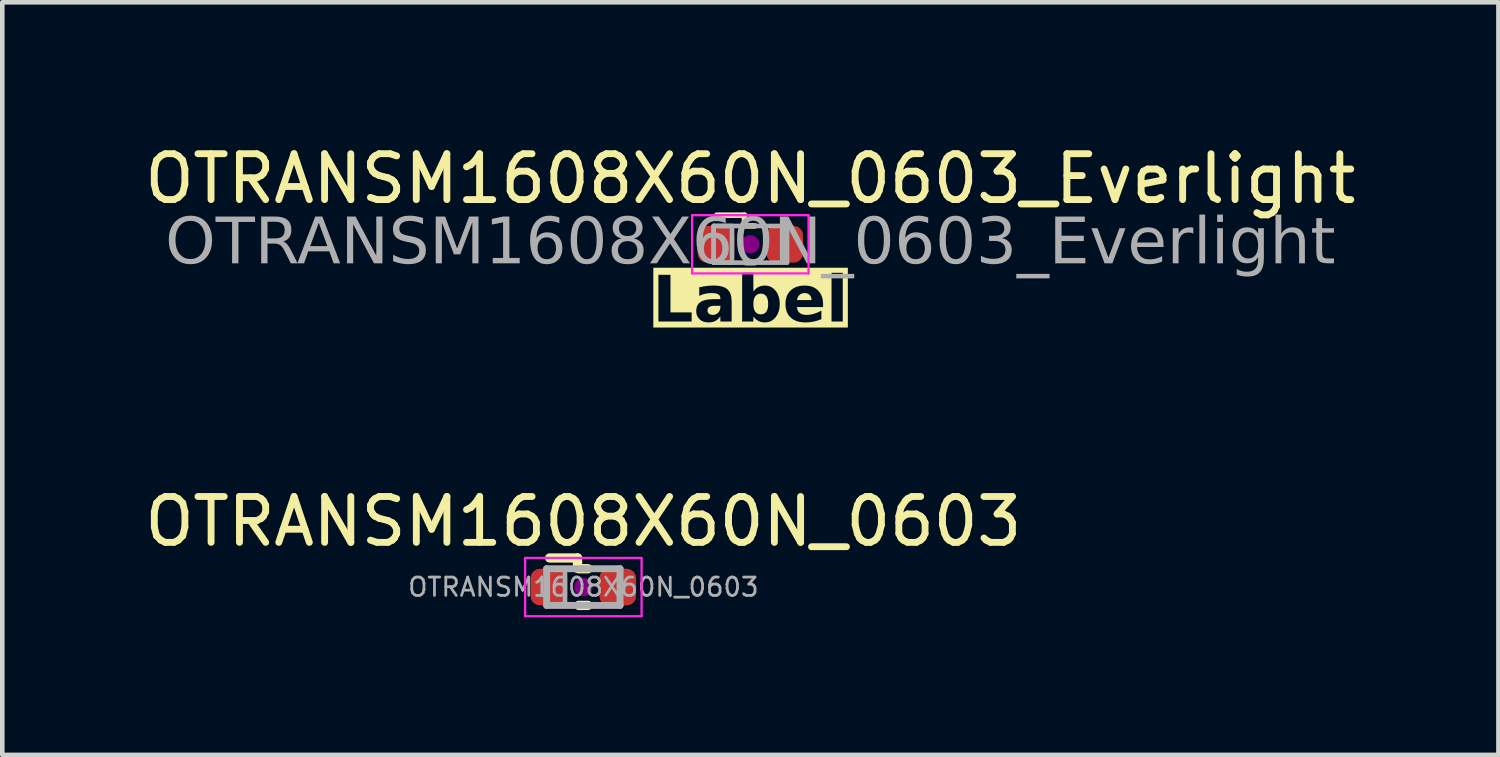
<source format=kicad_pcb>
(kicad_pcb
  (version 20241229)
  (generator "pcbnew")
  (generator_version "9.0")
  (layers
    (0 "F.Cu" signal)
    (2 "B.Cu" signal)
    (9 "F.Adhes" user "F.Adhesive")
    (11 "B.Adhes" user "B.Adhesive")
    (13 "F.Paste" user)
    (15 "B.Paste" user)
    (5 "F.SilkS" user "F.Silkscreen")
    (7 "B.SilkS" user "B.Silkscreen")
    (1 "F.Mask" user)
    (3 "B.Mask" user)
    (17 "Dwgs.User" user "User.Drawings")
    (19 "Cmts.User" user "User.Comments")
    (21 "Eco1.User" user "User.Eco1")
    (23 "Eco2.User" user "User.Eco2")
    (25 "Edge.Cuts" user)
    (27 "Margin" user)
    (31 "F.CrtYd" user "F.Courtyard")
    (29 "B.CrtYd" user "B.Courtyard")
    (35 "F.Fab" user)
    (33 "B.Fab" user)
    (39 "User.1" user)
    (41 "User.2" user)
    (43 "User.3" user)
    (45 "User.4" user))
  (footprint "OTRANSM1608X60N_0603_Everlight"
    (layer "F.Cu")
    (at 13.315 2.278)
    (property "Reference" "OTRANSM1608X60N_0603_Everlight" (at 0 -1.43 0) (layer "F.SilkS") (effects (font (size 1 1) (thickness 0.15))))
    (property "Label" "Label" (at 0 1.27 0) (layer "F.SilkS" knockout) (effects (font (face "Tahoma") (size 1 1) (thickness 0.2) (bold yes))))
    (attr smd)
    (fp_line (start -0.735 -0.635) (end -0.127 -0.635) (stroke (width 0.12) (type solid)) (layer "F.SilkS"))
    (fp_line (start -0.127 -0.408) (end -0.127 -0.635) (stroke (width 0.12) (type solid)) (layer "F.SilkS"))
    (fp_line (start -0.1 -0.4) (end 0.1 -0.4) (stroke (width 0.12) (type solid)) (layer "F.SilkS"))
    (fp_line (start -0.1 0.4) (end 0.1 0.4) (stroke (width 0.12) (type solid)) (layer "F.SilkS"))
    (fp_circle (center 0 0) (end 0.2 0) (stroke (width 0) (type solid)) (fill yes) (layer "F.Adhes"))
    (fp_line (start -1.27 -0.635) (end 1.27 -0.635) (stroke (width 0.05) (type solid)) (layer "F.CrtYd"))
    (fp_line (start -1.27 0.635) (end -1.27 -0.635) (stroke (width 0.05) (type solid)) (layer "F.CrtYd"))
    (fp_line (start 1.27 -0.635) (end 1.27 0.635) (stroke (width 0.05) (type solid)) (layer "F.CrtYd"))
    (fp_line (start 1.27 0.635) (end -1.27 0.635) (stroke (width 0.05) (type solid)) (layer "F.CrtYd"))
    (fp_line (start -0.8 -0.4) (end 0.8 -0.4) (stroke (width 0.1) (type solid)) (layer "F.Fab"))
    (fp_line (start -0.8 0.4) (end -0.8 -0.4) (stroke (width 0.1) (type solid)) (layer "F.Fab"))
    (fp_line (start 0.8 -0.4) (end 0.8 0.4) (stroke (width 0.1) (type solid)) (layer "F.Fab"))
    (fp_line (start 0.8 0.4) (end -0.8 0.4) (stroke (width 0.1) (type solid)) (layer "F.Fab"))
    (fp_rect (start -0.8 -0.4) (end -0.4 0.4) (stroke (width 0.1) (type solid)) (fill no) (layer "F.Fab"))
    (fp_text user "${REFERENCE}" (at 0 0 0) (layer "F.Fab") (effects (font (face "Tahoma") (size 1 1) (thickness 0.15))))
    (pad "A" smd roundrect (at 0.75 0) (size 0.8 0.8) (layers "F.Cu" "F.Mask" "F.Paste") (roundrect_rratio 0.25))
    (pad "C" smd roundrect (at -0.75 0) (size 0.8 0.8) (layers "F.Cu" "F.Mask" "F.Paste") (roundrect_rratio 0.25)))
  (footprint "OTRANSM1608X60N_0603"
    (layer "F.Cu")
    (at 9.673 9.754)
    (property "Reference" "OTRANSM1608X60N_0603" (at 0 -1.43 0) (layer "F.SilkS") (effects (font (size 1 1) (thickness 0.15))))
    (attr smd)
    (fp_line (start -0.735 -0.635) (end -0.127 -0.635) (stroke (width 0.203) (type solid)) (layer "F.SilkS"))
    (fp_line (start -0.127 -0.408) (end -0.127 -0.635) (stroke (width 0.203) (type solid)) (layer "F.SilkS"))
    (fp_line (start -0.1 -0.4) (end 0.1 -0.4) (stroke (width 0.203) (type solid)) (layer "F.SilkS"))
    (fp_line (start -0.1 0.4) (end 0.1 0.4) (stroke (width 0.203) (type solid)) (layer "F.SilkS"))
    (fp_circle (center 0 0) (end 0.2 0) (stroke (width 0) (type solid)) (fill yes) (layer "F.Adhes"))
    (fp_line (start -1.27 -0.635) (end 1.27 -0.635) (stroke (width 0.05) (type solid)) (layer "F.CrtYd"))
    (fp_line (start -1.27 0.635) (end -1.27 -0.635) (stroke (width 0.05) (type solid)) (layer "F.CrtYd"))
    (fp_line (start 1.27 -0.635) (end 1.27 0.635) (stroke (width 0.05) (type solid)) (layer "F.CrtYd"))
    (fp_line (start 1.27 0.635) (end -1.27 0.635) (stroke (width 0.05) (type solid)) (layer "F.CrtYd"))
    (fp_line (start -0.8 -0.4) (end 0.8 -0.4) (stroke (width 0.152) (type solid)) (layer "F.Fab"))
    (fp_line (start -0.8 0.4) (end -0.8 -0.4) (stroke (width 0.152) (type solid)) (layer "F.Fab"))
    (fp_line (start 0.8 -0.4) (end 0.8 0.4) (stroke (width 0.152) (type solid)) (layer "F.Fab"))
    (fp_line (start 0.8 0.4) (end -0.8 0.4) (stroke (width 0.152) (type solid)) (layer "F.Fab"))
    (fp_rect (start -0.8 -0.4) (end -0.4 0.4) (stroke (width 0.1) (type solid)) (fill no) (layer "F.Fab"))
    (fp_text user "${REFERENCE}" (at 0 0 0) (layer "F.Fab") (effects (font (size 0.4 0.4) (thickness 0.06))))
    (pad "A" smd roundrect (at 0.75 0) (size 0.8 0.8) (layers "F.Cu" "F.Mask" "F.Paste") (roundrect_rratio 0.25))
    (pad "C" smd roundrect (at -0.75 0) (size 0.8 0.8) (layers "F.Cu" "F.Mask" "F.Paste") (roundrect_rratio 0.25)))
  (gr_rect
    (start -3 -3)
    (end 29.631 13.414)
    (stroke (width 0.1) (type default))
    (fill no)
    (layer "Edge.Cuts")))
</source>
